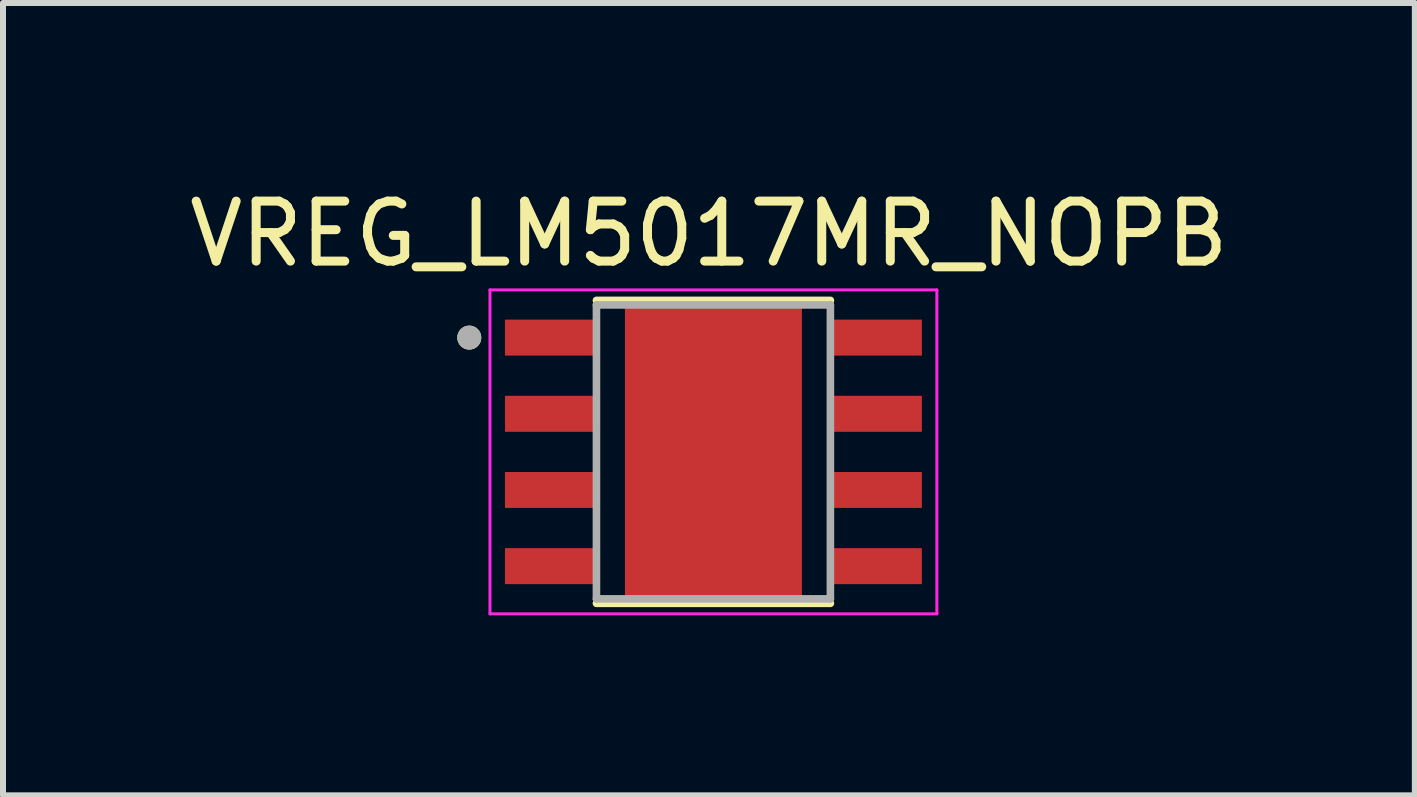
<source format=kicad_pcb>
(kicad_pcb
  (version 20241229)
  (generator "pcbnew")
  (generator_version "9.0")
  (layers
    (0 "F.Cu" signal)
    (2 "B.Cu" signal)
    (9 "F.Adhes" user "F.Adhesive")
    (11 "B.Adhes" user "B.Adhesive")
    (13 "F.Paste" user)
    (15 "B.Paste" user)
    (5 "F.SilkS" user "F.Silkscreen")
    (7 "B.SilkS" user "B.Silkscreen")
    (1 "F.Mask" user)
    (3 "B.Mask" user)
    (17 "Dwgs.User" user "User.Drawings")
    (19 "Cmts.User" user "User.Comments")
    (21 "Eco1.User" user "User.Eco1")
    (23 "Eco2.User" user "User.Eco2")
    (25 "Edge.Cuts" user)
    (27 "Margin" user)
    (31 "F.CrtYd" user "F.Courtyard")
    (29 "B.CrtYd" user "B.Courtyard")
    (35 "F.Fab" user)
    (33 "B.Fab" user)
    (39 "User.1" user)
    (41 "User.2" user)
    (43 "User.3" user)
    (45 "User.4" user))
  (footprint "VREG_LM5017MR_NOPB"
    (layer "F.Cu")
    (at 8.843 4.483)
    (property "Reference" "VREG_LM5017MR_NOPB" (at -0.075 -3.635 0) (layer "F.SilkS") (effects (font (size 1 1) (thickness 0.15))))
    (attr smd)
    (fp_poly (pts (xy -1.355 -1.7) (xy 1.355 -1.7) (xy 1.355 1.7) (xy -1.355 1.7)) (stroke (width 0.01) (type solid)) (fill yes) (layer "F.Mask"))
    (fp_poly (pts (xy -1.905 -1.535) (xy -3.495 -1.535) (xy -3.498 -1.535) (xy -3.5 -1.535) (xy -3.503 -1.536) (xy -3.505 -1.536) (xy -3.508 -1.537) (xy -3.51 -1.537) (xy -3.513 -1.538) (xy -3.515 -1.539) (xy -3.518 -1.54) (xy -3.52 -1.542) (xy -3.522 -1.543) (xy -3.524 -1.545) (xy -3.526 -1.546) (xy -3.528 -1.548) (xy -3.53 -1.55) (xy -3.532 -1.552) (xy -3.534 -1.554) (xy -3.535 -1.556) (xy -3.537 -1.558) (xy -3.538 -1.56) (xy -3.54 -1.562) (xy -3.541 -1.565) (xy -3.542 -1.567) (xy -3.543 -1.57) (xy -3.543 -1.572) (xy -3.544 -1.575) (xy -3.544 -1.577) (xy -3.545 -1.58) (xy -3.545 -1.582) (xy -3.545 -1.585) (xy -3.545 -2.225) (xy -3.545 -2.228) (xy -3.545 -2.23) (xy -3.544 -2.233) (xy -3.544 -2.235) (xy -3.543 -2.238) (xy -3.543 -2.24) (xy -3.542 -2.243) (xy -3.541 -2.245) (xy -3.54 -2.248) (xy -3.538 -2.25) (xy -3.537 -2.252) (xy -3.535 -2.254) (xy -3.534 -2.256) (xy -3.532 -2.258) (xy -3.53 -2.26) (xy -3.528 -2.262) (xy -3.526 -2.264) (xy -3.524 -2.265) (xy -3.522 -2.267) (xy -3.52 -2.268) (xy -3.518 -2.27) (xy -3.515 -2.271) (xy -3.513 -2.272) (xy -3.51 -2.273) (xy -3.508 -2.273) (xy -3.505 -2.274) (xy -3.503 -2.274) (xy -3.5 -2.275) (xy -3.498 -2.275) (xy -3.495 -2.275) (xy -1.905 -2.275) (xy -1.902 -2.275) (xy -1.9 -2.275) (xy -1.897 -2.274) (xy -1.895 -2.274) (xy -1.892 -2.273) (xy -1.89 -2.273) (xy -1.887 -2.272) (xy -1.885 -2.271) (xy -1.882 -2.27) (xy -1.88 -2.268) (xy -1.878 -2.267) (xy -1.876 -2.265) (xy -1.874 -2.264) (xy -1.872 -2.262) (xy -1.87 -2.26) (xy -1.868 -2.258) (xy -1.866 -2.256) (xy -1.865 -2.254) (xy -1.863 -2.252) (xy -1.862 -2.25) (xy -1.86 -2.248) (xy -1.859 -2.245) (xy -1.858 -2.243) (xy -1.857 -2.24) (xy -1.857 -2.238) (xy -1.856 -2.235) (xy -1.856 -2.233) (xy -1.855 -2.23) (xy -1.855 -2.228) (xy -1.855 -2.225) (xy -1.855 -1.585) (xy -1.855 -1.582) (xy -1.855 -1.58) (xy -1.856 -1.577) (xy -1.856 -1.575) (xy -1.857 -1.572) (xy -1.857 -1.57) (xy -1.858 -1.567) (xy -1.859 -1.565) (xy -1.86 -1.562) (xy -1.862 -1.56) (xy -1.863 -1.558) (xy -1.865 -1.556) (xy -1.866 -1.554) (xy -1.868 -1.552) (xy -1.87 -1.55) (xy -1.872 -1.548) (xy -1.874 -1.546) (xy -1.876 -1.545) (xy -1.878 -1.543) (xy -1.88 -1.542) (xy -1.882 -1.54) (xy -1.885 -1.539) (xy -1.887 -1.538) (xy -1.89 -1.537) (xy -1.892 -1.537) (xy -1.895 -1.536) (xy -1.897 -1.536) (xy -1.9 -1.535) (xy -1.902 -1.535) (xy -1.905 -1.535)) (stroke (width 0.01) (type solid)) (fill yes) (layer "F.Mask"))
    (fp_poly (pts (xy -1.905 -0.265) (xy -3.495 -0.265) (xy -3.498 -0.265) (xy -3.5 -0.265) (xy -3.503 -0.266) (xy -3.505 -0.266) (xy -3.508 -0.267) (xy -3.51 -0.267) (xy -3.513 -0.268) (xy -3.515 -0.269) (xy -3.518 -0.27) (xy -3.52 -0.272) (xy -3.522 -0.273) (xy -3.524 -0.275) (xy -3.526 -0.276) (xy -3.528 -0.278) (xy -3.53 -0.28) (xy -3.532 -0.282) (xy -3.534 -0.284) (xy -3.535 -0.286) (xy -3.537 -0.288) (xy -3.538 -0.29) (xy -3.54 -0.292) (xy -3.541 -0.295) (xy -3.542 -0.297) (xy -3.543 -0.3) (xy -3.543 -0.302) (xy -3.544 -0.305) (xy -3.544 -0.307) (xy -3.545 -0.31) (xy -3.545 -0.312) (xy -3.545 -0.315) (xy -3.545 -0.955) (xy -3.545 -0.958) (xy -3.545 -0.96) (xy -3.544 -0.963) (xy -3.544 -0.965) (xy -3.543 -0.968) (xy -3.543 -0.97) (xy -3.542 -0.973) (xy -3.541 -0.975) (xy -3.54 -0.978) (xy -3.538 -0.98) (xy -3.537 -0.982) (xy -3.535 -0.984) (xy -3.534 -0.986) (xy -3.532 -0.988) (xy -3.53 -0.99) (xy -3.528 -0.992) (xy -3.526 -0.994) (xy -3.524 -0.995) (xy -3.522 -0.997) (xy -3.52 -0.998) (xy -3.518 -1) (xy -3.515 -1.001) (xy -3.513 -1.002) (xy -3.51 -1.003) (xy -3.508 -1.003) (xy -3.505 -1.004) (xy -3.503 -1.004) (xy -3.5 -1.005) (xy -3.498 -1.005) (xy -3.495 -1.005) (xy -1.905 -1.005) (xy -1.902 -1.005) (xy -1.9 -1.005) (xy -1.897 -1.004) (xy -1.895 -1.004) (xy -1.892 -1.003) (xy -1.89 -1.003) (xy -1.887 -1.002) (xy -1.885 -1.001) (xy -1.882 -1) (xy -1.88 -0.998) (xy -1.878 -0.997) (xy -1.876 -0.995) (xy -1.874 -0.994) (xy -1.872 -0.992) (xy -1.87 -0.99) (xy -1.868 -0.988) (xy -1.866 -0.986) (xy -1.865 -0.984) (xy -1.863 -0.982) (xy -1.862 -0.98) (xy -1.86 -0.978) (xy -1.859 -0.975) (xy -1.858 -0.973) (xy -1.857 -0.97) (xy -1.857 -0.968) (xy -1.856 -0.965) (xy -1.856 -0.963) (xy -1.855 -0.96) (xy -1.855 -0.958) (xy -1.855 -0.955) (xy -1.855 -0.315) (xy -1.855 -0.312) (xy -1.855 -0.31) (xy -1.856 -0.307) (xy -1.856 -0.305) (xy -1.857 -0.302) (xy -1.857 -0.3) (xy -1.858 -0.297) (xy -1.859 -0.295) (xy -1.86 -0.292) (xy -1.862 -0.29) (xy -1.863 -0.288) (xy -1.865 -0.286) (xy -1.866 -0.284) (xy -1.868 -0.282) (xy -1.87 -0.28) (xy -1.872 -0.278) (xy -1.874 -0.276) (xy -1.876 -0.275) (xy -1.878 -0.273) (xy -1.88 -0.272) (xy -1.882 -0.27) (xy -1.885 -0.269) (xy -1.887 -0.268) (xy -1.89 -0.267) (xy -1.892 -0.267) (xy -1.895 -0.266) (xy -1.897 -0.266) (xy -1.9 -0.265) (xy -1.902 -0.265) (xy -1.905 -0.265)) (stroke (width 0.01) (type solid)) (fill yes) (layer "F.Mask"))
    (fp_poly (pts (xy -1.905 1.005) (xy -3.495 1.005) (xy -3.498 1.005) (xy -3.5 1.005) (xy -3.503 1.004) (xy -3.505 1.004) (xy -3.508 1.003) (xy -3.51 1.003) (xy -3.513 1.002) (xy -3.515 1.001) (xy -3.518 1) (xy -3.52 0.998) (xy -3.522 0.997) (xy -3.524 0.995) (xy -3.526 0.994) (xy -3.528 0.992) (xy -3.53 0.99) (xy -3.532 0.988) (xy -3.534 0.986) (xy -3.535 0.984) (xy -3.537 0.982) (xy -3.538 0.98) (xy -3.54 0.978) (xy -3.541 0.975) (xy -3.542 0.973) (xy -3.543 0.97) (xy -3.543 0.968) (xy -3.544 0.965) (xy -3.544 0.963) (xy -3.545 0.96) (xy -3.545 0.958) (xy -3.545 0.955) (xy -3.545 0.315) (xy -3.545 0.312) (xy -3.545 0.31) (xy -3.544 0.307) (xy -3.544 0.305) (xy -3.543 0.302) (xy -3.543 0.3) (xy -3.542 0.297) (xy -3.541 0.295) (xy -3.54 0.292) (xy -3.538 0.29) (xy -3.537 0.288) (xy -3.535 0.286) (xy -3.534 0.284) (xy -3.532 0.282) (xy -3.53 0.28) (xy -3.528 0.278) (xy -3.526 0.276) (xy -3.524 0.275) (xy -3.522 0.273) (xy -3.52 0.272) (xy -3.518 0.27) (xy -3.515 0.269) (xy -3.513 0.268) (xy -3.51 0.267) (xy -3.508 0.267) (xy -3.505 0.266) (xy -3.503 0.266) (xy -3.5 0.265) (xy -3.498 0.265) (xy -3.495 0.265) (xy -1.905 0.265) (xy -1.902 0.265) (xy -1.9 0.265) (xy -1.897 0.266) (xy -1.895 0.266) (xy -1.892 0.267) (xy -1.89 0.267) (xy -1.887 0.268) (xy -1.885 0.269) (xy -1.882 0.27) (xy -1.88 0.272) (xy -1.878 0.273) (xy -1.876 0.275) (xy -1.874 0.276) (xy -1.872 0.278) (xy -1.87 0.28) (xy -1.868 0.282) (xy -1.866 0.284) (xy -1.865 0.286) (xy -1.863 0.288) (xy -1.862 0.29) (xy -1.86 0.292) (xy -1.859 0.295) (xy -1.858 0.297) (xy -1.857 0.3) (xy -1.857 0.302) (xy -1.856 0.305) (xy -1.856 0.307) (xy -1.855 0.31) (xy -1.855 0.312) (xy -1.855 0.315) (xy -1.855 0.955) (xy -1.855 0.958) (xy -1.855 0.96) (xy -1.856 0.963) (xy -1.856 0.965) (xy -1.857 0.968) (xy -1.857 0.97) (xy -1.858 0.973) (xy -1.859 0.975) (xy -1.86 0.978) (xy -1.862 0.98) (xy -1.863 0.982) (xy -1.865 0.984) (xy -1.866 0.986) (xy -1.868 0.988) (xy -1.87 0.99) (xy -1.872 0.992) (xy -1.874 0.994) (xy -1.876 0.995) (xy -1.878 0.997) (xy -1.88 0.998) (xy -1.882 1) (xy -1.885 1.001) (xy -1.887 1.002) (xy -1.89 1.003) (xy -1.892 1.003) (xy -1.895 1.004) (xy -1.897 1.004) (xy -1.9 1.005) (xy -1.902 1.005) (xy -1.905 1.005)) (stroke (width 0.01) (type solid)) (fill yes) (layer "F.Mask"))
    (fp_poly (pts (xy -1.905 2.275) (xy -3.495 2.275) (xy -3.498 2.275) (xy -3.5 2.275) (xy -3.503 2.274) (xy -3.505 2.274) (xy -3.508 2.273) (xy -3.51 2.273) (xy -3.513 2.272) (xy -3.515 2.271) (xy -3.518 2.27) (xy -3.52 2.268) (xy -3.522 2.267) (xy -3.524 2.265) (xy -3.526 2.264) (xy -3.528 2.262) (xy -3.53 2.26) (xy -3.532 2.258) (xy -3.534 2.256) (xy -3.535 2.254) (xy -3.537 2.252) (xy -3.538 2.25) (xy -3.54 2.248) (xy -3.541 2.245) (xy -3.542 2.243) (xy -3.543 2.24) (xy -3.543 2.238) (xy -3.544 2.235) (xy -3.544 2.233) (xy -3.545 2.23) (xy -3.545 2.228) (xy -3.545 2.225) (xy -3.545 1.585) (xy -3.545 1.582) (xy -3.545 1.58) (xy -3.544 1.577) (xy -3.544 1.575) (xy -3.543 1.572) (xy -3.543 1.57) (xy -3.542 1.567) (xy -3.541 1.565) (xy -3.54 1.562) (xy -3.538 1.56) (xy -3.537 1.558) (xy -3.535 1.556) (xy -3.534 1.554) (xy -3.532 1.552) (xy -3.53 1.55) (xy -3.528 1.548) (xy -3.526 1.546) (xy -3.524 1.545) (xy -3.522 1.543) (xy -3.52 1.542) (xy -3.518 1.54) (xy -3.515 1.539) (xy -3.513 1.538) (xy -3.51 1.537) (xy -3.508 1.537) (xy -3.505 1.536) (xy -3.503 1.536) (xy -3.5 1.535) (xy -3.498 1.535) (xy -3.495 1.535) (xy -1.905 1.535) (xy -1.902 1.535) (xy -1.9 1.535) (xy -1.897 1.536) (xy -1.895 1.536) (xy -1.892 1.537) (xy -1.89 1.537) (xy -1.887 1.538) (xy -1.885 1.539) (xy -1.882 1.54) (xy -1.88 1.542) (xy -1.878 1.543) (xy -1.876 1.545) (xy -1.874 1.546) (xy -1.872 1.548) (xy -1.87 1.55) (xy -1.868 1.552) (xy -1.866 1.554) (xy -1.865 1.556) (xy -1.863 1.558) (xy -1.862 1.56) (xy -1.86 1.562) (xy -1.859 1.565) (xy -1.858 1.567) (xy -1.857 1.57) (xy -1.857 1.572) (xy -1.856 1.575) (xy -1.856 1.577) (xy -1.855 1.58) (xy -1.855 1.582) (xy -1.855 1.585) (xy -1.855 2.225) (xy -1.855 2.228) (xy -1.855 2.23) (xy -1.856 2.233) (xy -1.856 2.235) (xy -1.857 2.238) (xy -1.857 2.24) (xy -1.858 2.243) (xy -1.859 2.245) (xy -1.86 2.248) (xy -1.862 2.25) (xy -1.863 2.252) (xy -1.865 2.254) (xy -1.866 2.256) (xy -1.868 2.258) (xy -1.87 2.26) (xy -1.872 2.262) (xy -1.874 2.264) (xy -1.876 2.265) (xy -1.878 2.267) (xy -1.88 2.268) (xy -1.882 2.27) (xy -1.885 2.271) (xy -1.887 2.272) (xy -1.89 2.273) (xy -1.892 2.273) (xy -1.895 2.274) (xy -1.897 2.274) (xy -1.9 2.275) (xy -1.902 2.275) (xy -1.905 2.275)) (stroke (width 0.01) (type solid)) (fill yes) (layer "F.Mask"))
    (fp_poly (pts (xy 3.495 -1.535) (xy 1.905 -1.535) (xy 1.902 -1.535) (xy 1.9 -1.535) (xy 1.897 -1.536) (xy 1.895 -1.536) (xy 1.892 -1.537) (xy 1.89 -1.537) (xy 1.887 -1.538) (xy 1.885 -1.539) (xy 1.882 -1.54) (xy 1.88 -1.542) (xy 1.878 -1.543) (xy 1.876 -1.545) (xy 1.874 -1.546) (xy 1.872 -1.548) (xy 1.87 -1.55) (xy 1.868 -1.552) (xy 1.866 -1.554) (xy 1.865 -1.556) (xy 1.863 -1.558) (xy 1.862 -1.56) (xy 1.86 -1.562) (xy 1.859 -1.565) (xy 1.858 -1.567) (xy 1.857 -1.57) (xy 1.857 -1.572) (xy 1.856 -1.575) (xy 1.856 -1.577) (xy 1.855 -1.58) (xy 1.855 -1.582) (xy 1.855 -1.585) (xy 1.855 -2.225) (xy 1.855 -2.228) (xy 1.855 -2.23) (xy 1.856 -2.233) (xy 1.856 -2.235) (xy 1.857 -2.238) (xy 1.857 -2.24) (xy 1.858 -2.243) (xy 1.859 -2.245) (xy 1.86 -2.248) (xy 1.862 -2.25) (xy 1.863 -2.252) (xy 1.865 -2.254) (xy 1.866 -2.256) (xy 1.868 -2.258) (xy 1.87 -2.26) (xy 1.872 -2.262) (xy 1.874 -2.264) (xy 1.876 -2.265) (xy 1.878 -2.267) (xy 1.88 -2.268) (xy 1.882 -2.27) (xy 1.885 -2.271) (xy 1.887 -2.272) (xy 1.89 -2.273) (xy 1.892 -2.273) (xy 1.895 -2.274) (xy 1.897 -2.274) (xy 1.9 -2.275) (xy 1.902 -2.275) (xy 1.905 -2.275) (xy 3.495 -2.275) (xy 3.498 -2.275) (xy 3.5 -2.275) (xy 3.503 -2.274) (xy 3.505 -2.274) (xy 3.508 -2.273) (xy 3.51 -2.273) (xy 3.513 -2.272) (xy 3.515 -2.271) (xy 3.518 -2.27) (xy 3.52 -2.268) (xy 3.522 -2.267) (xy 3.524 -2.265) (xy 3.526 -2.264) (xy 3.528 -2.262) (xy 3.53 -2.26) (xy 3.532 -2.258) (xy 3.534 -2.256) (xy 3.535 -2.254) (xy 3.537 -2.252) (xy 3.538 -2.25) (xy 3.54 -2.248) (xy 3.541 -2.245) (xy 3.542 -2.243) (xy 3.543 -2.24) (xy 3.543 -2.238) (xy 3.544 -2.235) (xy 3.544 -2.233) (xy 3.545 -2.23) (xy 3.545 -2.228) (xy 3.545 -2.225) (xy 3.545 -1.585) (xy 3.545 -1.582) (xy 3.545 -1.58) (xy 3.544 -1.577) (xy 3.544 -1.575) (xy 3.543 -1.572) (xy 3.543 -1.57) (xy 3.542 -1.567) (xy 3.541 -1.565) (xy 3.54 -1.562) (xy 3.538 -1.56) (xy 3.537 -1.558) (xy 3.535 -1.556) (xy 3.534 -1.554) (xy 3.532 -1.552) (xy 3.53 -1.55) (xy 3.528 -1.548) (xy 3.526 -1.546) (xy 3.524 -1.545) (xy 3.522 -1.543) (xy 3.52 -1.542) (xy 3.518 -1.54) (xy 3.515 -1.539) (xy 3.513 -1.538) (xy 3.51 -1.537) (xy 3.508 -1.537) (xy 3.505 -1.536) (xy 3.503 -1.536) (xy 3.5 -1.535) (xy 3.498 -1.535) (xy 3.495 -1.535)) (stroke (width 0.01) (type solid)) (fill yes) (layer "F.Mask"))
    (fp_poly (pts (xy 3.495 -0.265) (xy 1.905 -0.265) (xy 1.902 -0.265) (xy 1.9 -0.265) (xy 1.897 -0.266) (xy 1.895 -0.266) (xy 1.892 -0.267) (xy 1.89 -0.267) (xy 1.887 -0.268) (xy 1.885 -0.269) (xy 1.882 -0.27) (xy 1.88 -0.272) (xy 1.878 -0.273) (xy 1.876 -0.275) (xy 1.874 -0.276) (xy 1.872 -0.278) (xy 1.87 -0.28) (xy 1.868 -0.282) (xy 1.866 -0.284) (xy 1.865 -0.286) (xy 1.863 -0.288) (xy 1.862 -0.29) (xy 1.86 -0.292) (xy 1.859 -0.295) (xy 1.858 -0.297) (xy 1.857 -0.3) (xy 1.857 -0.302) (xy 1.856 -0.305) (xy 1.856 -0.307) (xy 1.855 -0.31) (xy 1.855 -0.312) (xy 1.855 -0.315) (xy 1.855 -0.955) (xy 1.855 -0.958) (xy 1.855 -0.96) (xy 1.856 -0.963) (xy 1.856 -0.965) (xy 1.857 -0.968) (xy 1.857 -0.97) (xy 1.858 -0.973) (xy 1.859 -0.975) (xy 1.86 -0.978) (xy 1.862 -0.98) (xy 1.863 -0.982) (xy 1.865 -0.984) (xy 1.866 -0.986) (xy 1.868 -0.988) (xy 1.87 -0.99) (xy 1.872 -0.992) (xy 1.874 -0.994) (xy 1.876 -0.995) (xy 1.878 -0.997) (xy 1.88 -0.998) (xy 1.882 -1) (xy 1.885 -1.001) (xy 1.887 -1.002) (xy 1.89 -1.003) (xy 1.892 -1.003) (xy 1.895 -1.004) (xy 1.897 -1.004) (xy 1.9 -1.005) (xy 1.902 -1.005) (xy 1.905 -1.005) (xy 3.495 -1.005) (xy 3.498 -1.005) (xy 3.5 -1.005) (xy 3.503 -1.004) (xy 3.505 -1.004) (xy 3.508 -1.003) (xy 3.51 -1.003) (xy 3.513 -1.002) (xy 3.515 -1.001) (xy 3.518 -1) (xy 3.52 -0.998) (xy 3.522 -0.997) (xy 3.524 -0.995) (xy 3.526 -0.994) (xy 3.528 -0.992) (xy 3.53 -0.99) (xy 3.532 -0.988) (xy 3.534 -0.986) (xy 3.535 -0.984) (xy 3.537 -0.982) (xy 3.538 -0.98) (xy 3.54 -0.978) (xy 3.541 -0.975) (xy 3.542 -0.973) (xy 3.543 -0.97) (xy 3.543 -0.968) (xy 3.544 -0.965) (xy 3.544 -0.963) (xy 3.545 -0.96) (xy 3.545 -0.958) (xy 3.545 -0.955) (xy 3.545 -0.315) (xy 3.545 -0.312) (xy 3.545 -0.31) (xy 3.544 -0.307) (xy 3.544 -0.305) (xy 3.543 -0.302) (xy 3.543 -0.3) (xy 3.542 -0.297) (xy 3.541 -0.295) (xy 3.54 -0.292) (xy 3.538 -0.29) (xy 3.537 -0.288) (xy 3.535 -0.286) (xy 3.534 -0.284) (xy 3.532 -0.282) (xy 3.53 -0.28) (xy 3.528 -0.278) (xy 3.526 -0.276) (xy 3.524 -0.275) (xy 3.522 -0.273) (xy 3.52 -0.272) (xy 3.518 -0.27) (xy 3.515 -0.269) (xy 3.513 -0.268) (xy 3.51 -0.267) (xy 3.508 -0.267) (xy 3.505 -0.266) (xy 3.503 -0.266) (xy 3.5 -0.265) (xy 3.498 -0.265) (xy 3.495 -0.265)) (stroke (width 0.01) (type solid)) (fill yes) (layer "F.Mask"))
    (fp_poly (pts (xy 3.495 1.005) (xy 1.905 1.005) (xy 1.902 1.005) (xy 1.9 1.005) (xy 1.897 1.004) (xy 1.895 1.004) (xy 1.892 1.003) (xy 1.89 1.003) (xy 1.887 1.002) (xy 1.885 1.001) (xy 1.882 1) (xy 1.88 0.998) (xy 1.878 0.997) (xy 1.876 0.995) (xy 1.874 0.994) (xy 1.872 0.992) (xy 1.87 0.99) (xy 1.868 0.988) (xy 1.866 0.986) (xy 1.865 0.984) (xy 1.863 0.982) (xy 1.862 0.98) (xy 1.86 0.978) (xy 1.859 0.975) (xy 1.858 0.973) (xy 1.857 0.97) (xy 1.857 0.968) (xy 1.856 0.965) (xy 1.856 0.963) (xy 1.855 0.96) (xy 1.855 0.958) (xy 1.855 0.955) (xy 1.855 0.315) (xy 1.855 0.312) (xy 1.855 0.31) (xy 1.856 0.307) (xy 1.856 0.305) (xy 1.857 0.302) (xy 1.857 0.3) (xy 1.858 0.297) (xy 1.859 0.295) (xy 1.86 0.292) (xy 1.862 0.29) (xy 1.863 0.288) (xy 1.865 0.286) (xy 1.866 0.284) (xy 1.868 0.282) (xy 1.87 0.28) (xy 1.872 0.278) (xy 1.874 0.276) (xy 1.876 0.275) (xy 1.878 0.273) (xy 1.88 0.272) (xy 1.882 0.27) (xy 1.885 0.269) (xy 1.887 0.268) (xy 1.89 0.267) (xy 1.892 0.267) (xy 1.895 0.266) (xy 1.897 0.266) (xy 1.9 0.265) (xy 1.902 0.265) (xy 1.905 0.265) (xy 3.495 0.265) (xy 3.498 0.265) (xy 3.5 0.265) (xy 3.503 0.266) (xy 3.505 0.266) (xy 3.508 0.267) (xy 3.51 0.267) (xy 3.513 0.268) (xy 3.515 0.269) (xy 3.518 0.27) (xy 3.52 0.272) (xy 3.522 0.273) (xy 3.524 0.275) (xy 3.526 0.276) (xy 3.528 0.278) (xy 3.53 0.28) (xy 3.532 0.282) (xy 3.534 0.284) (xy 3.535 0.286) (xy 3.537 0.288) (xy 3.538 0.29) (xy 3.54 0.292) (xy 3.541 0.295) (xy 3.542 0.297) (xy 3.543 0.3) (xy 3.543 0.302) (xy 3.544 0.305) (xy 3.544 0.307) (xy 3.545 0.31) (xy 3.545 0.312) (xy 3.545 0.315) (xy 3.545 0.955) (xy 3.545 0.958) (xy 3.545 0.96) (xy 3.544 0.963) (xy 3.544 0.965) (xy 3.543 0.968) (xy 3.543 0.97) (xy 3.542 0.973) (xy 3.541 0.975) (xy 3.54 0.978) (xy 3.538 0.98) (xy 3.537 0.982) (xy 3.535 0.984) (xy 3.534 0.986) (xy 3.532 0.988) (xy 3.53 0.99) (xy 3.528 0.992) (xy 3.526 0.994) (xy 3.524 0.995) (xy 3.522 0.997) (xy 3.52 0.998) (xy 3.518 1) (xy 3.515 1.001) (xy 3.513 1.002) (xy 3.51 1.003) (xy 3.508 1.003) (xy 3.505 1.004) (xy 3.503 1.004) (xy 3.5 1.005) (xy 3.498 1.005) (xy 3.495 1.005)) (stroke (width 0.01) (type solid)) (fill yes) (layer "F.Mask"))
    (fp_poly (pts (xy 3.495 2.275) (xy 1.905 2.275) (xy 1.902 2.275) (xy 1.9 2.275) (xy 1.897 2.274) (xy 1.895 2.274) (xy 1.892 2.273) (xy 1.89 2.273) (xy 1.887 2.272) (xy 1.885 2.271) (xy 1.882 2.27) (xy 1.88 2.268) (xy 1.878 2.267) (xy 1.876 2.265) (xy 1.874 2.264) (xy 1.872 2.262) (xy 1.87 2.26) (xy 1.868 2.258) (xy 1.866 2.256) (xy 1.865 2.254) (xy 1.863 2.252) (xy 1.862 2.25) (xy 1.86 2.248) (xy 1.859 2.245) (xy 1.858 2.243) (xy 1.857 2.24) (xy 1.857 2.238) (xy 1.856 2.235) (xy 1.856 2.233) (xy 1.855 2.23) (xy 1.855 2.228) (xy 1.855 2.225) (xy 1.855 1.585) (xy 1.855 1.582) (xy 1.855 1.58) (xy 1.856 1.577) (xy 1.856 1.575) (xy 1.857 1.572) (xy 1.857 1.57) (xy 1.858 1.567) (xy 1.859 1.565) (xy 1.86 1.562) (xy 1.862 1.56) (xy 1.863 1.558) (xy 1.865 1.556) (xy 1.866 1.554) (xy 1.868 1.552) (xy 1.87 1.55) (xy 1.872 1.548) (xy 1.874 1.546) (xy 1.876 1.545) (xy 1.878 1.543) (xy 1.88 1.542) (xy 1.882 1.54) (xy 1.885 1.539) (xy 1.887 1.538) (xy 1.89 1.537) (xy 1.892 1.537) (xy 1.895 1.536) (xy 1.897 1.536) (xy 1.9 1.535) (xy 1.902 1.535) (xy 1.905 1.535) (xy 3.495 1.535) (xy 3.498 1.535) (xy 3.5 1.535) (xy 3.503 1.536) (xy 3.505 1.536) (xy 3.508 1.537) (xy 3.51 1.537) (xy 3.513 1.538) (xy 3.515 1.539) (xy 3.518 1.54) (xy 3.52 1.542) (xy 3.522 1.543) (xy 3.524 1.545) (xy 3.526 1.546) (xy 3.528 1.548) (xy 3.53 1.55) (xy 3.532 1.552) (xy 3.534 1.554) (xy 3.535 1.556) (xy 3.537 1.558) (xy 3.538 1.56) (xy 3.54 1.562) (xy 3.541 1.565) (xy 3.542 1.567) (xy 3.543 1.57) (xy 3.543 1.572) (xy 3.544 1.575) (xy 3.544 1.577) (xy 3.545 1.58) (xy 3.545 1.582) (xy 3.545 1.585) (xy 3.545 2.225) (xy 3.545 2.228) (xy 3.545 2.23) (xy 3.544 2.233) (xy 3.544 2.235) (xy 3.543 2.238) (xy 3.543 2.24) (xy 3.542 2.243) (xy 3.541 2.245) (xy 3.54 2.248) (xy 3.538 2.25) (xy 3.537 2.252) (xy 3.535 2.254) (xy 3.534 2.256) (xy 3.532 2.258) (xy 3.53 2.26) (xy 3.528 2.262) (xy 3.526 2.264) (xy 3.524 2.265) (xy 3.522 2.267) (xy 3.52 2.268) (xy 3.518 2.27) (xy 3.515 2.271) (xy 3.513 2.272) (xy 3.51 2.273) (xy 3.508 2.273) (xy 3.505 2.274) (xy 3.503 2.274) (xy 3.5 2.275) (xy 3.498 2.275) (xy 3.495 2.275)) (stroke (width 0.01) (type solid)) (fill yes) (layer "F.Mask"))
    (fp_line (start -1.95 -2.525) (end 1.95 -2.525) (stroke (width 0.127) (type solid)) (layer "F.SilkS"))
    (fp_line (start -1.95 2.525) (end 1.95 2.525) (stroke (width 0.127) (type solid)) (layer "F.SilkS"))
    (fp_circle (center -4.07 -1.905) (end -3.97 -1.905) (stroke (width 0.2) (type solid)) (fill no) (layer "F.SilkS"))
    (fp_poly (pts (xy -1.355 -1.7) (xy 1.355 -1.7) (xy 1.355 1.7) (xy -1.355 1.7)) (stroke (width 0.01) (type solid)) (fill yes) (layer "F.Paste"))
    (fp_line (start -3.725 -2.7) (end -3.725 2.7) (stroke (width 0.05) (type solid)) (layer "F.CrtYd"))
    (fp_line (start -3.725 -2.7) (end 3.725 -2.7) (stroke (width 0.05) (type solid)) (layer "F.CrtYd"))
    (fp_line (start -3.725 2.7) (end 3.725 2.7) (stroke (width 0.05) (type solid)) (layer "F.CrtYd"))
    (fp_line (start 3.725 -2.7) (end 3.725 2.7) (stroke (width 0.05) (type solid)) (layer "F.CrtYd"))
    (fp_line (start -1.95 -2.45) (end -1.95 2.45) (stroke (width 0.127) (type solid)) (layer "F.Fab"))
    (fp_line (start -1.95 -2.45) (end 1.95 -2.45) (stroke (width 0.127) (type solid)) (layer "F.Fab"))
    (fp_line (start -1.95 2.45) (end 1.95 2.45) (stroke (width 0.127) (type solid)) (layer "F.Fab"))
    (fp_line (start 1.95 -2.45) (end 1.95 2.45) (stroke (width 0.127) (type solid)) (layer "F.Fab"))
    (fp_circle (center -4.07 -1.905) (end -3.97 -1.905) (stroke (width 0.2) (type solid)) (fill no) (layer "F.Fab"))
    (pad "1" smd roundrect (at -2.7 -1.905) (size 1.55 0.6) (layers "F.Cu" "F.Paste") (roundrect_rratio 0.01))
    (pad "2" smd roundrect (at -2.7 -0.635) (size 1.55 0.6) (layers "F.Cu" "F.Paste") (roundrect_rratio 0.01))
    (pad "3" smd roundrect (at -2.7 0.635) (size 1.55 0.6) (layers "F.Cu" "F.Paste") (roundrect_rratio 0.01))
    (pad "4" smd roundrect (at -2.7 1.905) (size 1.55 0.6) (layers "F.Cu" "F.Paste") (roundrect_rratio 0.01))
    (pad "5" smd roundrect (at 2.7 1.905) (size 1.55 0.6) (layers "F.Cu" "F.Paste") (roundrect_rratio 0.01))
    (pad "6" smd roundrect (at 2.7 0.635) (size 1.55 0.6) (layers "F.Cu" "F.Paste") (roundrect_rratio 0.01))
    (pad "7" smd roundrect (at 2.7 -0.635) (size 1.55 0.6) (layers "F.Cu" "F.Paste") (roundrect_rratio 0.01))
    (pad "8" smd roundrect (at 2.7 -1.905) (size 1.55 0.6) (layers "F.Cu" "F.Paste") (roundrect_rratio 0.01))
    (pad "9" smd rect (at 0 0) (size 2.95 4.9) (layers "F.Cu")))
  (gr_rect
    (start -3 -3)
    (end 20.536 10.208)
    (stroke (width 0.1) (type default))
    (fill no)
    (layer "Edge.Cuts")))
</source>
